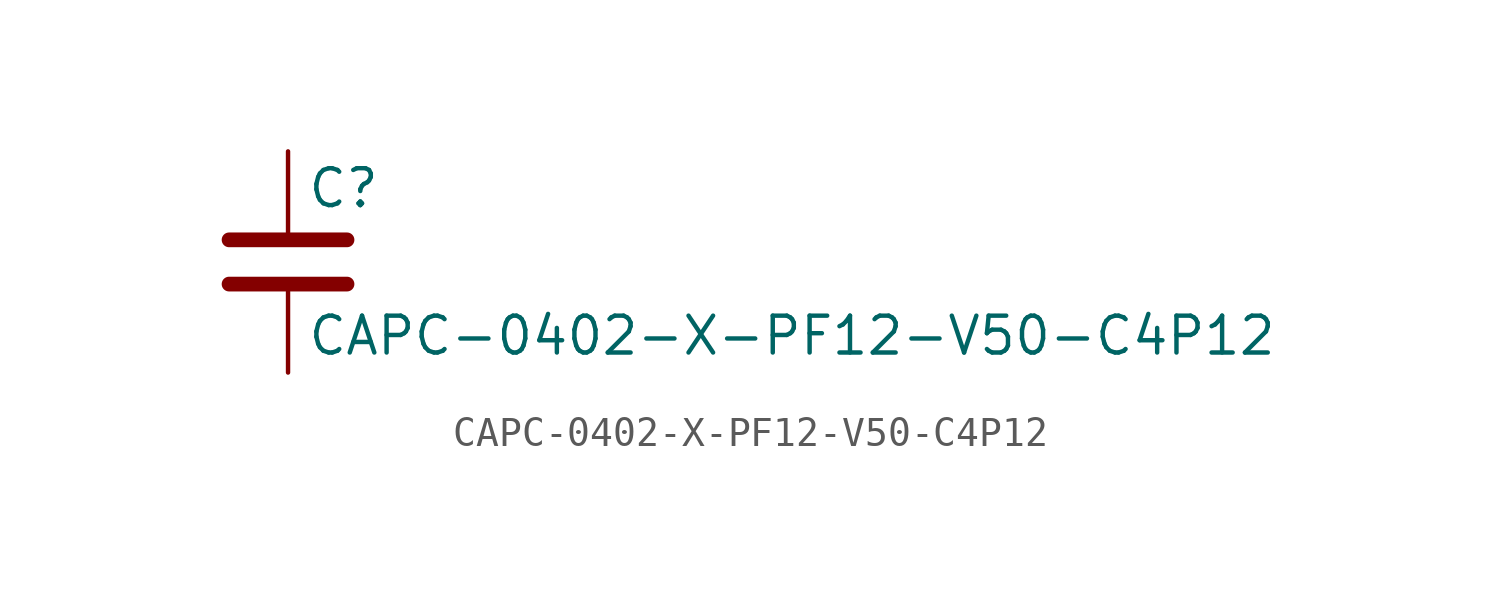
<source format=kicad_sym>
(kicad_symbol_lib
  (version 20211014)
  (generator kicad_symbol_editor)
  (symbol "CAPC-0402-X-PF12-V50-C4P12"
    (pin_numbers hide)
    (pin_names
      (offset 0.254))
    (property "Reference" "C"
      (at 0.635 2.54 0)
      (effects (font (size 1.27 1.27)) (justify left)))
    (property "Value" "CAPC-0402-X-PF12-V50-C4P12"
      (at 0.635 -2.54 0)
      (effects (font (size 1.27 1.27)) (justify left)))
    (symbol "CAPC-0402-X-PF12-V50-C4P12_0_1"
      (polyline (pts (xy -2.032 -0.762) (xy 2.032 -0.762)) (stroke (width 0.508) (type default) (color 0 0 0 0)) (fill (type none)))
      (polyline (pts (xy -2.032 0.762) (xy 2.032 0.762)) (stroke (width 0.508) (type default) (color 0 0 0 0)) (fill (type none))))
    (symbol "CAPC-0402-X-PF12-V50-C4P12_1_1"
      (pin passive line (at 0 3.81 270) (length 2.794) (name "~" (effects (font (size 1.27 1.27)))) (number "1" (effects (font (size 1.27 1.27)))))
      (pin passive line (at 0 -3.81 90) (length 2.794) (name "~" (effects (font (size 1.27 1.27)))) (number "2" (effects (font (size 1.27 1.27))))))))
</source>
